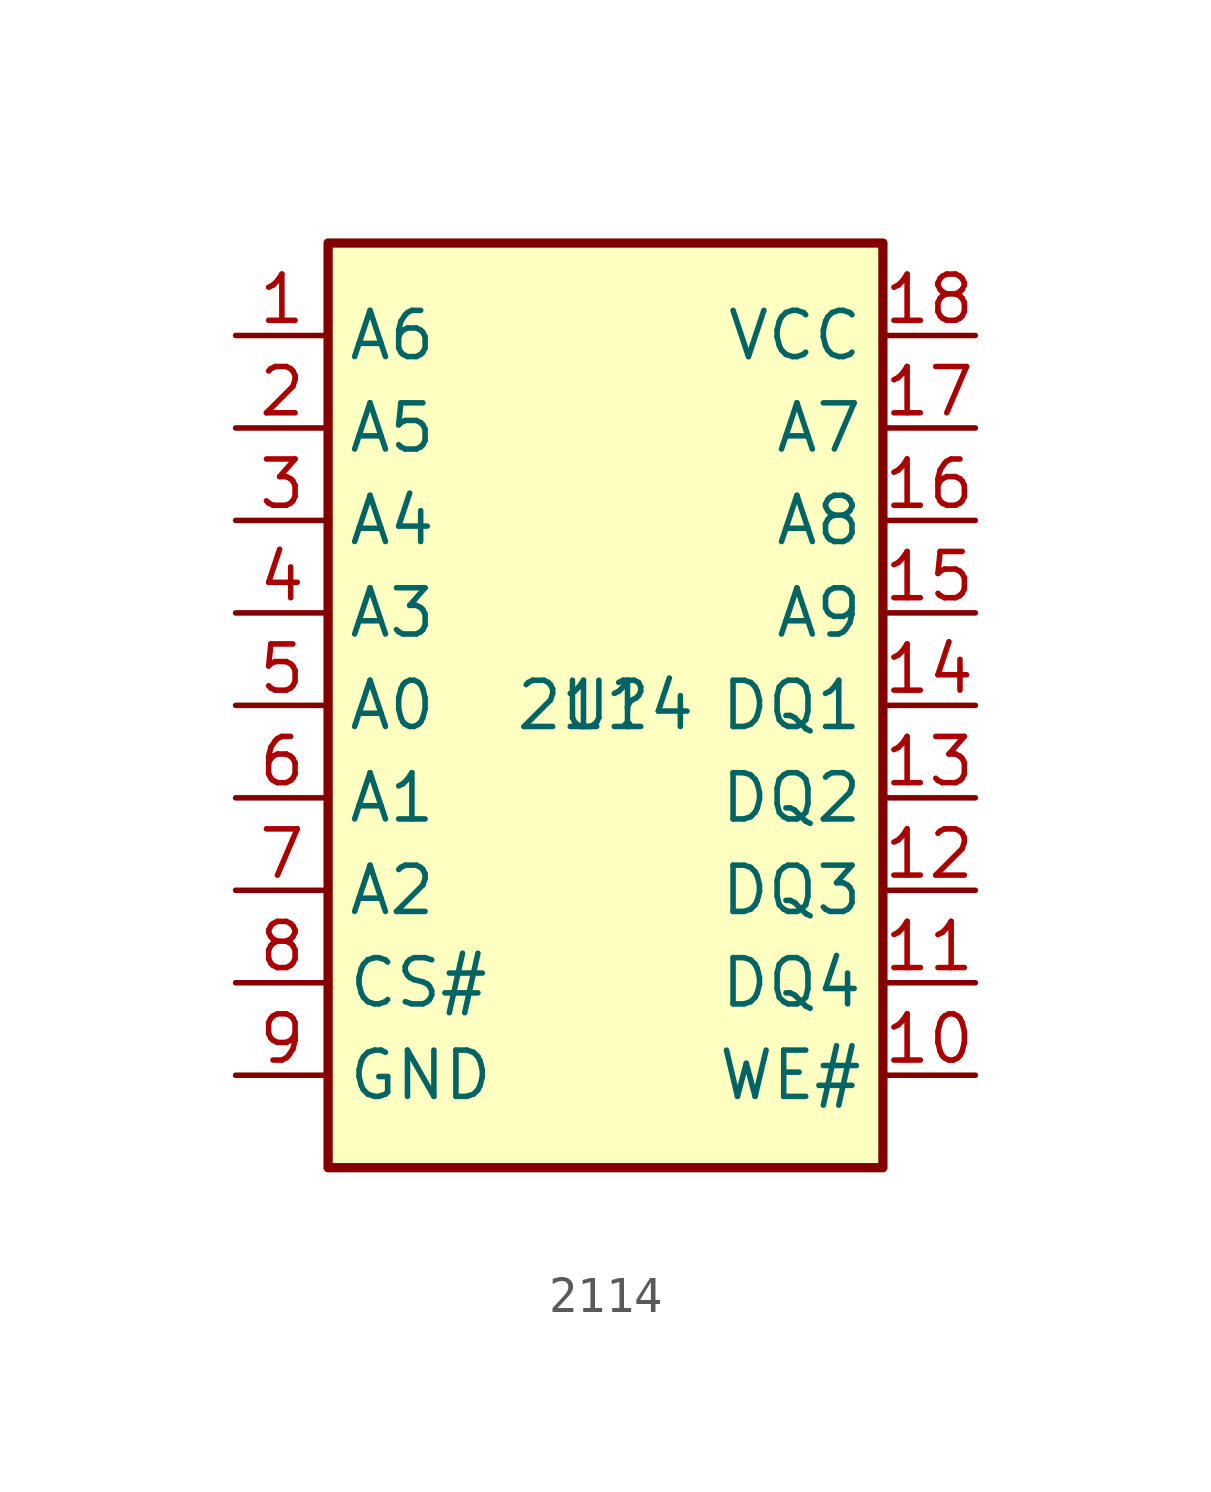
<source format=kicad_sym>
(kicad_symbol_lib
  (version 20231120)
  (generator "kicad_symbol_editor")
  (generator_version "8.0")
  (symbol "2114"
    (property "Reference" "U"
      (at 0 0 0)
      (effects (font (size 1.27 1.27))))
    (property "Value" "2114"
      (at 0 0 0)
      (effects (font (size 1.27 1.27))))
    (symbol "2114_1_1"
      (rectangle (start -7.62 12.7) (end 7.62 -12.7) (stroke (width 0.254) (type default)) (fill (type background)))
      (pin input line (at -10.16 10.16 0) (length 2.54) (name "A6" (effects (font (size 1.27 1.27)))) (number "1" (effects (font (size 1.27 1.27)))))
      (pin input line (at 10.16 -10.16 180) (length 2.54) (name "WE#" (effects (font (size 1.27 1.27)))) (number "10" (effects (font (size 1.27 1.27)))))
      (pin bidirectional line (at 10.16 -7.62 180) (length 2.54) (name "DQ4" (effects (font (size 1.27 1.27)))) (number "11" (effects (font (size 1.27 1.27)))))
      (pin bidirectional line (at 10.16 -5.08 180) (length 2.54) (name "DQ3" (effects (font (size 1.27 1.27)))) (number "12" (effects (font (size 1.27 1.27)))))
      (pin bidirectional line (at 10.16 -2.54 180) (length 2.54) (name "DQ2" (effects (font (size 1.27 1.27)))) (number "13" (effects (font (size 1.27 1.27)))))
      (pin bidirectional line (at 10.16 0 180) (length 2.54) (name "DQ1" (effects (font (size 1.27 1.27)))) (number "14" (effects (font (size 1.27 1.27)))))
      (pin input line (at 10.16 2.54 180) (length 2.54) (name "A9" (effects (font (size 1.27 1.27)))) (number "15" (effects (font (size 1.27 1.27)))))
      (pin input line (at 10.16 5.08 180) (length 2.54) (name "A8" (effects (font (size 1.27 1.27)))) (number "16" (effects (font (size 1.27 1.27)))))
      (pin input line (at 10.16 7.62 180) (length 2.54) (name "A7" (effects (font (size 1.27 1.27)))) (number "17" (effects (font (size 1.27 1.27)))))
      (pin power_in line (at 10.16 10.16 180) (length 2.54) (name "VCC" (effects (font (size 1.27 1.27)))) (number "18" (effects (font (size 1.27 1.27)))))
      (pin input line (at -10.16 7.62 0) (length 2.54) (name "A5" (effects (font (size 1.27 1.27)))) (number "2" (effects (font (size 1.27 1.27)))))
      (pin input line (at -10.16 5.08 0) (length 2.54) (name "A4" (effects (font (size 1.27 1.27)))) (number "3" (effects (font (size 1.27 1.27)))))
      (pin input line (at -10.16 2.54 0) (length 2.54) (name "A3" (effects (font (size 1.27 1.27)))) (number "4" (effects (font (size 1.27 1.27)))))
      (pin input line (at -10.16 0 0) (length 2.54) (name "A0" (effects (font (size 1.27 1.27)))) (number "5" (effects (font (size 1.27 1.27)))))
      (pin input line (at -10.16 -2.54 0) (length 2.54) (name "A1" (effects (font (size 1.27 1.27)))) (number "6" (effects (font (size 1.27 1.27)))))
      (pin input line (at -10.16 -5.08 0) (length 2.54) (name "A2" (effects (font (size 1.27 1.27)))) (number "7" (effects (font (size 1.27 1.27)))))
      (pin input line (at -10.16 -7.62 0) (length 2.54) (name "CS#" (effects (font (size 1.27 1.27)))) (number "8" (effects (font (size 1.27 1.27)))))
      (pin power_in line (at -10.16 -10.16 0) (length 2.54) (name "GND" (effects (font (size 1.27 1.27)))) (number "9" (effects (font (size 1.27 1.27))))))))
</source>
